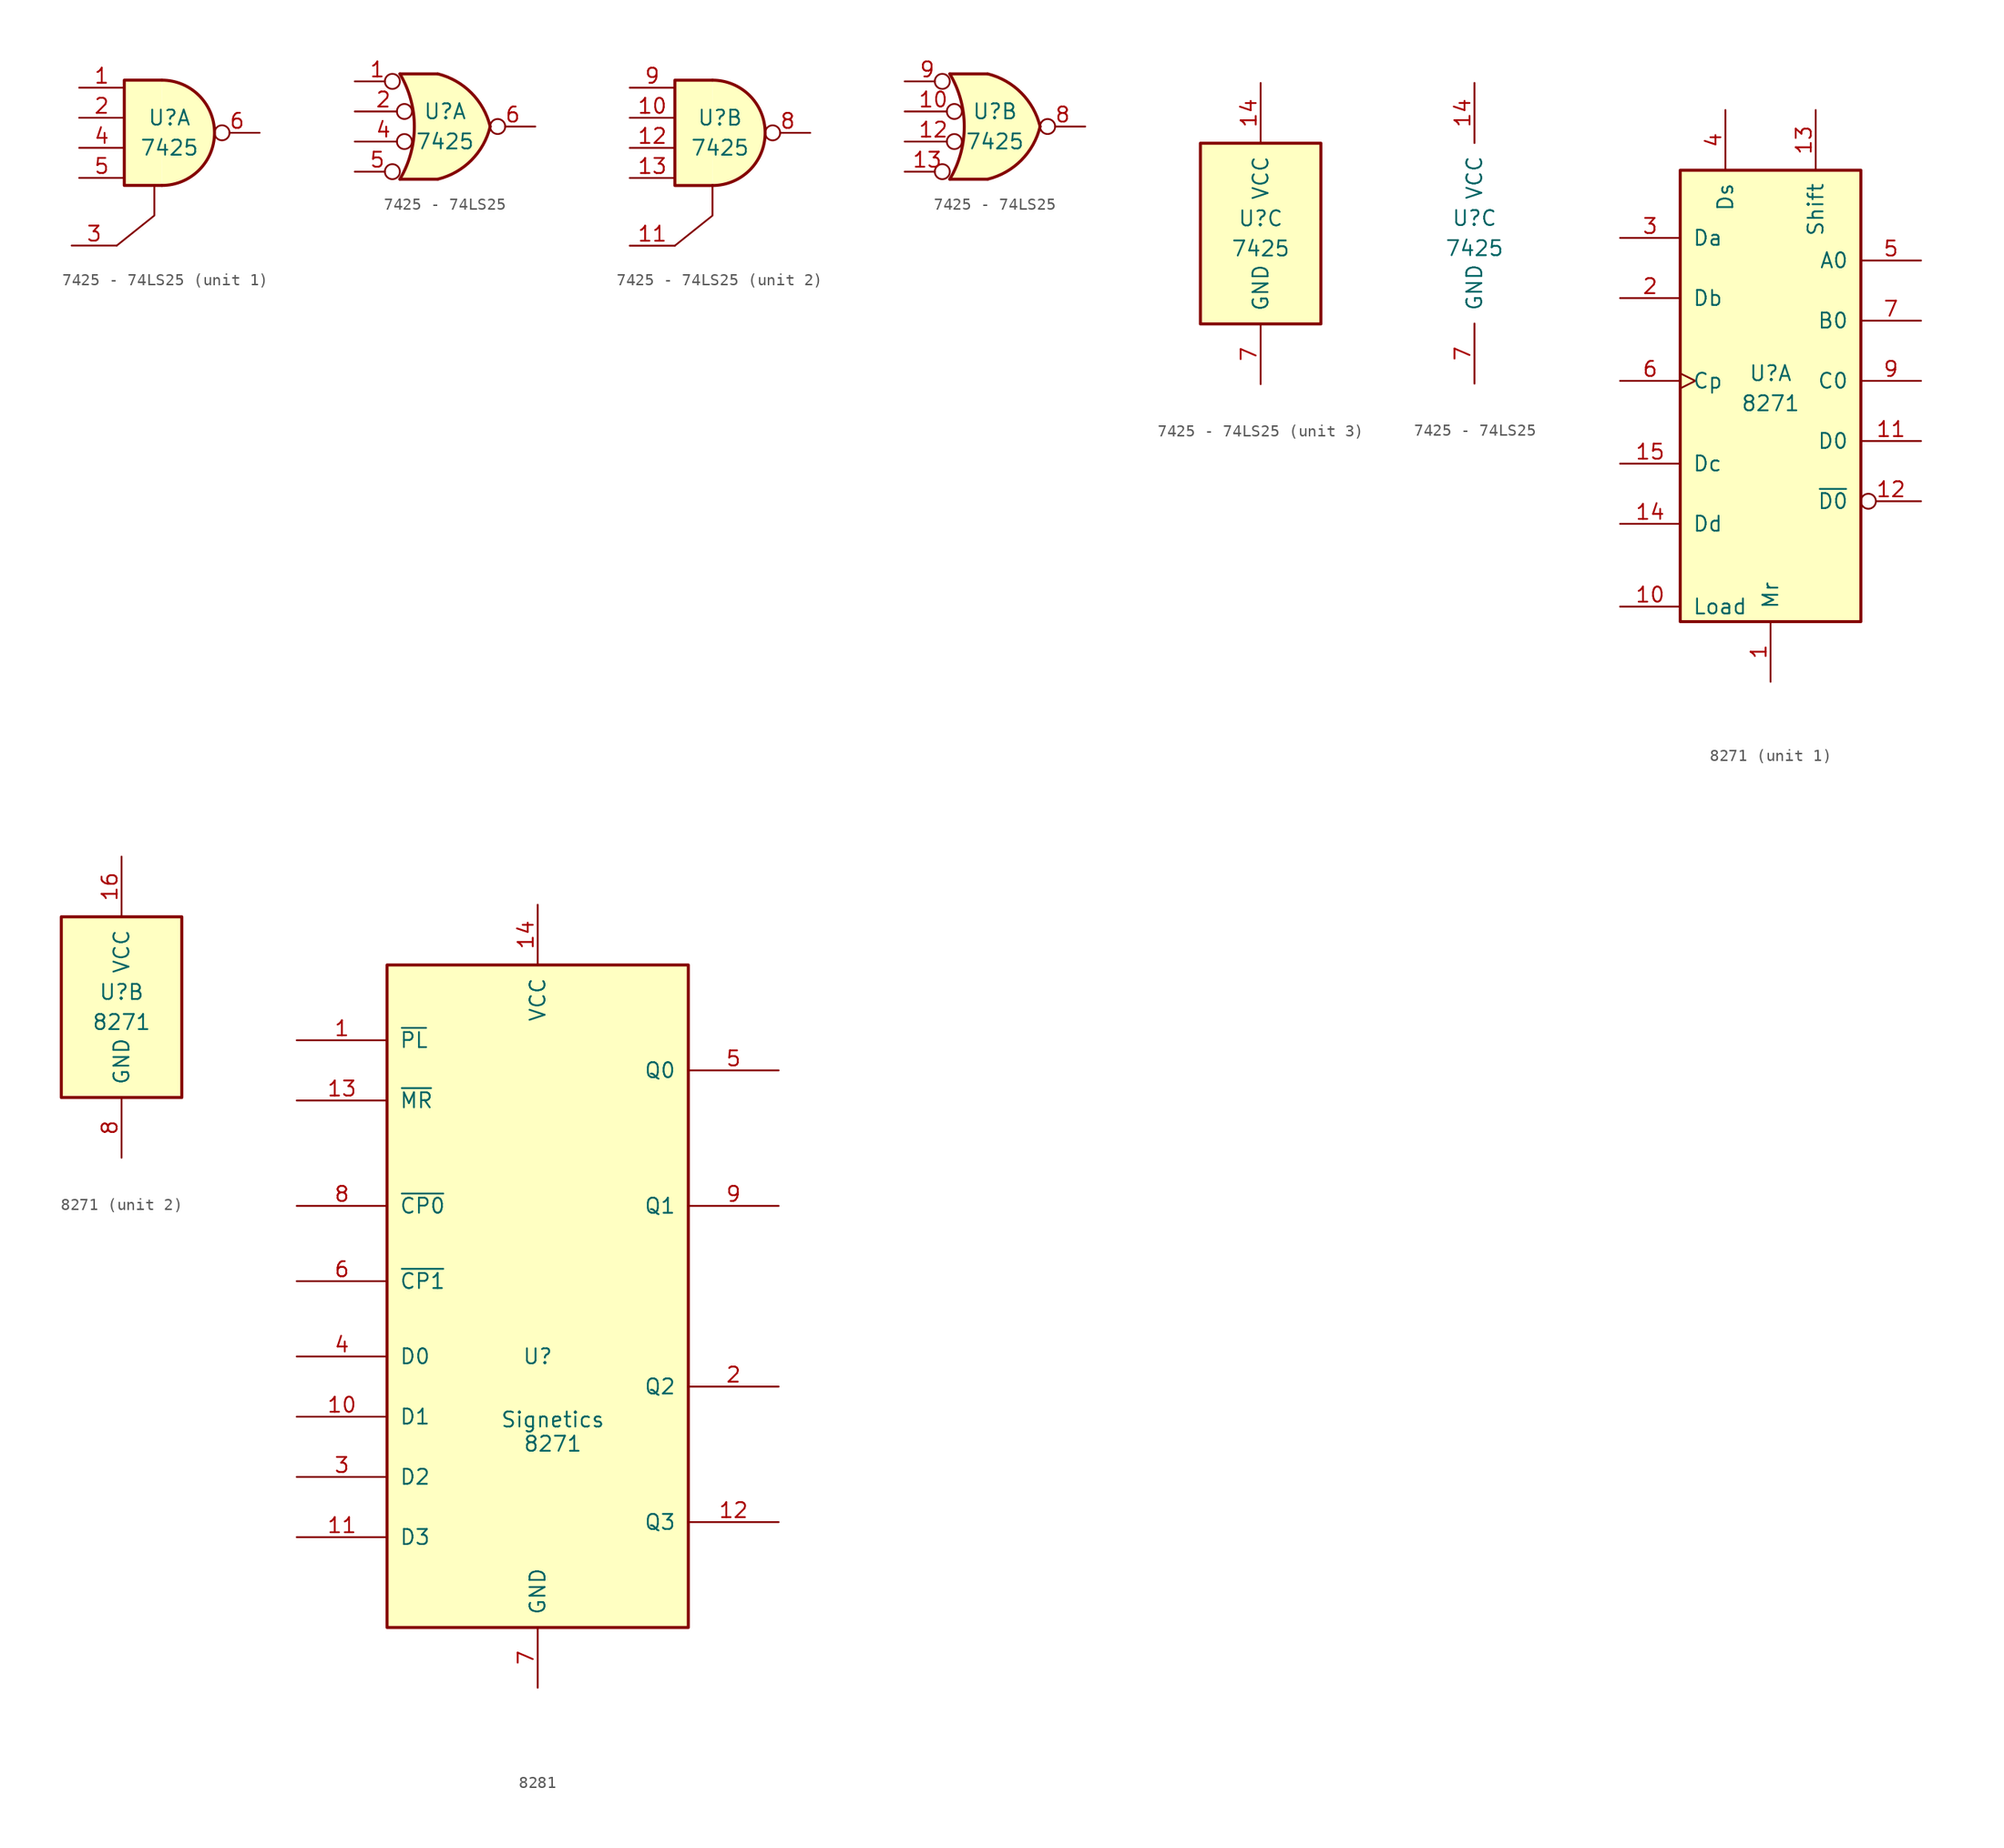
<source format=kicad_sym>
(kicad_symbol_lib
  (version 20220914)
  (generator kicad_symbol_editor)
  (symbol "7425 - 74LS25"
    (pin_names
      (offset 1.016))
    (property "Reference" "U"
      (at 0 1.27 0)
      (effects (font (size 1.27 1.27))))
    (property "Value" "7425"
      (at 0 -1.27 0)
      (effects (font (size 1.27 1.27))))
    (property "ki_locked" ""
      (at 0 0 0)
      (effects (font (size 1.27 1.27))))
    (symbol "7425 - 74LS25_1_1"
      (arc (start -0.635 -4.445) (mid 3.7907 0) (end -0.635 4.445) (stroke (width 0.254) (type default)) (fill (type background)))
      (polyline (pts (xy -4.445 -9.525) (xy -1.27 -6.985) (xy -1.27 -4.445)) (stroke (width 0) (type default)) (fill (type none)))
      (polyline (pts (xy -0.635 4.445) (xy -3.81 4.445) (xy -3.81 -4.445) (xy -0.635 -4.445)) (stroke (width 0.254) (type default)) (fill (type background)))
      (pin input line (at -7.62 3.81 0) (length 3.81) (name "~" (effects (font (size 1.27 1.27)))) (number "1" (effects (font (size 1.27 1.27)))))
      (pin input line (at -7.62 1.27 0) (length 3.81) (name "~" (effects (font (size 1.27 1.27)))) (number "2" (effects (font (size 1.27 1.27)))))
      (pin input line (at -8.255 -9.525 0) (length 3.81) (name "~" (effects (font (size 1.27 1.27)))) (number "3" (effects (font (size 1.27 1.27)))))
      (pin input line (at -7.62 -1.27 0) (length 3.81) (name "~" (effects (font (size 1.27 1.27)))) (number "4" (effects (font (size 1.27 1.27)))))
      (pin input line (at -7.62 -3.81 0) (length 3.81) (name "~" (effects (font (size 1.27 1.27)))) (number "5" (effects (font (size 1.27 1.27)))))
      (pin output inverted (at 7.62 0 180) (length 3.81) (name "~" (effects (font (size 1.27 1.27)))) (number "6" (effects (font (size 1.27 1.27))))))
    (symbol "7425 - 74LS25_1_2"
      (arc (start -3.81 -4.445) (mid -2.5908 0) (end -3.81 4.445) (stroke (width 0.254) (type default)) (fill (type none)))
      (arc (start -0.6096 -4.445) (mid 2.2246 -2.8422) (end 3.81 0) (stroke (width 0.254) (type default)) (fill (type background)))
      (polyline (pts (xy -3.81 -4.445) (xy -0.635 -4.445)) (stroke (width 0.254) (type default)) (fill (type background)))
      (polyline (pts (xy -3.81 4.445) (xy -0.635 4.445)) (stroke (width 0.254) (type default)) (fill (type background)))
      (polyline (pts (xy -0.635 4.445) (xy -3.81 4.445) (xy -3.81 4.445) (xy -3.632 4.089) (xy -3.099 2.921) (xy -2.769 1.676) (xy -2.616 0.432) (xy -2.642 -0.864) (xy -2.87 -2.108) (xy -3.251 -3.327) (xy -3.81 -4.445) (xy -3.81 -4.445) (xy -0.635 -4.445)) (stroke (width -25.4) (type default)) (fill (type background)))
      (arc (start 3.81 0) (mid 2.2204 2.8379) (end -0.6096 4.445) (stroke (width 0.254) (type default)) (fill (type background)))
      (pin input inverted (at -7.62 3.81 0) (length 3.81) (name "~" (effects (font (size 1.27 1.27)))) (number "1" (effects (font (size 1.27 1.27)))))
      (pin input inverted (at -7.62 1.27 0) (length 4.826) (name "~" (effects (font (size 1.27 1.27)))) (number "2" (effects (font (size 1.27 1.27)))))
      (pin input inverted (at -7.62 -1.27 0) (length 4.826) (name "~" (effects (font (size 1.27 1.27)))) (number "4" (effects (font (size 1.27 1.27)))))
      (pin input inverted (at -7.62 -3.81 0) (length 3.81) (name "~" (effects (font (size 1.27 1.27)))) (number "5" (effects (font (size 1.27 1.27)))))
      (pin output inverted (at 7.62 0 180) (length 3.81) (name "~" (effects (font (size 1.27 1.27)))) (number "6" (effects (font (size 1.27 1.27))))))
    (symbol "7425 - 74LS25_2_1"
      (arc (start -0.635 -4.445) (mid 3.7907 0) (end -0.635 4.445) (stroke (width 0.254) (type default)) (fill (type background)))
      (polyline (pts (xy -3.81 -9.525) (xy -0.635 -6.985) (xy -0.635 -4.445)) (stroke (width 0) (type default)) (fill (type none)))
      (polyline (pts (xy -0.635 4.445) (xy -3.81 4.445) (xy -3.81 -4.445) (xy -0.635 -4.445)) (stroke (width 0.254) (type default)) (fill (type background)))
      (pin input line (at -7.62 1.27 0) (length 3.81) (name "~" (effects (font (size 1.27 1.27)))) (number "10" (effects (font (size 1.27 1.27)))))
      (pin input line (at -7.62 -9.525 0) (length 3.81) (name "~" (effects (font (size 1.27 1.27)))) (number "11" (effects (font (size 1.27 1.27)))))
      (pin input line (at -7.62 -1.27 0) (length 3.81) (name "~" (effects (font (size 1.27 1.27)))) (number "12" (effects (font (size 1.27 1.27)))))
      (pin input line (at -7.62 -3.81 0) (length 3.81) (name "~" (effects (font (size 1.27 1.27)))) (number "13" (effects (font (size 1.27 1.27)))))
      (pin output inverted (at 7.62 0 180) (length 3.81) (name "~" (effects (font (size 1.27 1.27)))) (number "8" (effects (font (size 1.27 1.27)))))
      (pin input line (at -7.62 3.81 0) (length 3.81) (name "~" (effects (font (size 1.27 1.27)))) (number "9" (effects (font (size 1.27 1.27))))))
    (symbol "7425 - 74LS25_2_2"
      (arc (start -3.81 -4.445) (mid -2.5908 0) (end -3.81 4.445) (stroke (width 0.254) (type default)) (fill (type none)))
      (arc (start -0.6096 -4.445) (mid 2.2246 -2.8422) (end 3.81 0) (stroke (width 0.254) (type default)) (fill (type background)))
      (polyline (pts (xy -3.81 -4.445) (xy -0.635 -4.445)) (stroke (width 0.254) (type default)) (fill (type background)))
      (polyline (pts (xy -3.81 4.445) (xy -0.635 4.445)) (stroke (width 0.254) (type default)) (fill (type background)))
      (polyline (pts (xy -0.635 4.445) (xy -3.81 4.445) (xy -3.81 4.445) (xy -3.632 4.089) (xy -3.099 2.921) (xy -2.769 1.676) (xy -2.616 0.432) (xy -2.642 -0.864) (xy -2.87 -2.108) (xy -3.251 -3.327) (xy -3.81 -4.445) (xy -3.81 -4.445) (xy -0.635 -4.445)) (stroke (width -25.4) (type default)) (fill (type background)))
      (arc (start 3.81 0) (mid 2.2204 2.8379) (end -0.6096 4.445) (stroke (width 0.254) (type default)) (fill (type background)))
      (pin input inverted (at -7.62 1.27 0) (length 4.826) (name "~" (effects (font (size 1.27 1.27)))) (number "10" (effects (font (size 1.27 1.27)))))
      (pin input inverted (at -7.62 -1.27 0) (length 4.826) (name "~" (effects (font (size 1.27 1.27)))) (number "12" (effects (font (size 1.27 1.27)))))
      (pin input inverted (at -7.62 -3.81 0) (length 3.81) (name "~" (effects (font (size 1.27 1.27)))) (number "13" (effects (font (size 1.27 1.27)))))
      (pin output inverted (at 7.62 0 180) (length 3.81) (name "~" (effects (font (size 1.27 1.27)))) (number "8" (effects (font (size 1.27 1.27)))))
      (pin input inverted (at -7.62 3.81 0) (length 3.81) (name "~" (effects (font (size 1.27 1.27)))) (number "9" (effects (font (size 1.27 1.27))))))
    (symbol "7425 - 74LS25_3_0"
      (pin power_in line (at 0 12.7 270) (length 5.08) (name "VCC" (effects (font (size 1.27 1.27)))) (number "14" (effects (font (size 1.27 1.27)))))
      (pin power_in line (at 0 -12.7 90) (length 5.08) (name "GND" (effects (font (size 1.27 1.27)))) (number "7" (effects (font (size 1.27 1.27))))))
    (symbol "7425 - 74LS25_3_1"
      (rectangle (start -5.08 7.62) (end 5.08 -7.62) (stroke (width 0.254) (type default)) (fill (type background)))))
  (symbol "8271"
    (pin_names
      (offset 1.016))
    (property "Reference" "U"
      (at 0 0.635 0)
      (effects (font (size 1.27 1.27))))
    (property "Value" "8271"
      (at 0 -1.905 0)
      (effects (font (size 1.27 1.27))))
    (property "ki_locked" ""
      (at 0 0 0)
      (effects (font (size 1.27 1.27))))
    (symbol "8271_1_0"
      (pin input line (at 0 -25.4 90) (length 5.08) (name "Mr" (effects (font (size 1.27 1.27)))) (number "1" (effects (font (size 1.27 1.27)))))
      (pin input line (at -12.7 -19.05 0) (length 5.08) (name "Load" (effects (font (size 1.27 1.27)))) (number "10" (effects (font (size 1.27 1.27)))))
      (pin output line (at 12.7 -5.08 180) (length 5.08) (name "D0" (effects (font (size 1.27 1.27)))) (number "11" (effects (font (size 1.27 1.27)))))
      (pin output inverted (at 12.7 -10.16 180) (length 5.08) (name "~{D0}" (effects (font (size 1.27 1.27)))) (number "12" (effects (font (size 1.27 1.27)))))
      (pin input line (at 3.81 22.86 270) (length 5.08) (name "Shift" (effects (font (size 1.27 1.27)))) (number "13" (effects (font (size 1.27 1.27)))))
      (pin input line (at -12.7 -12.065 0) (length 5.08) (name "Dd" (effects (font (size 1.27 1.27)))) (number "14" (effects (font (size 1.27 1.27)))))
      (pin input line (at -12.7 -6.985 0) (length 5.08) (name "Dc" (effects (font (size 1.27 1.27)))) (number "15" (effects (font (size 1.27 1.27)))))
      (pin input line (at -12.7 6.985 0) (length 5.08) (name "Db" (effects (font (size 1.27 1.27)))) (number "2" (effects (font (size 1.27 1.27)))))
      (pin input line (at -12.7 12.065 0) (length 5.08) (name "Da" (effects (font (size 1.27 1.27)))) (number "3" (effects (font (size 1.27 1.27)))))
      (pin input line (at -3.81 22.86 270) (length 5.08) (name "Ds" (effects (font (size 1.27 1.27)))) (number "4" (effects (font (size 1.27 1.27)))))
      (pin output line (at 12.7 10.16 180) (length 5.08) (name "A0" (effects (font (size 1.27 1.27)))) (number "5" (effects (font (size 1.27 1.27)))))
      (pin input clock (at -12.7 0 0) (length 5.08) (name "Cp" (effects (font (size 1.27 1.27)))) (number "6" (effects (font (size 1.27 1.27)))))
      (pin output line (at 12.7 5.08 180) (length 5.08) (name "B0" (effects (font (size 1.27 1.27)))) (number "7" (effects (font (size 1.27 1.27)))))
      (pin output line (at 12.7 0 180) (length 5.08) (name "C0" (effects (font (size 1.27 1.27)))) (number "9" (effects (font (size 1.27 1.27))))))
    (symbol "8271_1_1"
      (rectangle (start -7.62 17.78) (end 7.62 -20.32) (stroke (width 0.254) (type default)) (fill (type background))))
    (symbol "8271_2_0"
      (pin power_in line (at 0 12.065 270) (length 5.08) (name "VCC" (effects (font (size 1.27 1.27)))) (number "16" (effects (font (size 1.27 1.27)))))
      (pin power_in line (at 0 -13.335 90) (length 5.08) (name "GND" (effects (font (size 1.27 1.27)))) (number "8" (effects (font (size 1.27 1.27))))))
    (symbol "8271_2_1"
      (rectangle (start -5.08 6.985) (end 5.08 -8.255) (stroke (width 0.254) (type default)) (fill (type background)))))
  (symbol "8281"
    (pin_names
      (offset 1.016))
    (property "Reference" "U"
      (at 0 -5.08 0)
      (effects (font (size 1.27 1.27))))
    (property "Value" "Signetics\n8271"
      (at 1.27 -11.43 0)
      (effects (font (size 1.27 1.27))))
    (symbol "8281_0_1"
      (rectangle (start -12.7 27.94) (end 12.7 -27.94) (stroke (width 0.254) (type default)) (fill (type background)))
      (pin power_in line (at 0 33.02 270) (length 5.08) (name "VCC" (effects (font (size 1.27 1.27)))) (number "14" (effects (font (size 1.27 1.27)))))
      (pin power_in line (at 0 -33.02 90) (length 5.08) (name "GND" (effects (font (size 1.27 1.27)))) (number "7" (effects (font (size 1.27 1.27))))))
    (symbol "8281_1_1"
      (pin input line (at -20.32 21.59 0) (length 7.62) (name "~{PL}" (effects (font (size 1.27 1.27)))) (number "1" (effects (font (size 1.27 1.27)))))
      (pin input line (at -20.32 -10.16 0) (length 7.62) (name "D1" (effects (font (size 1.27 1.27)))) (number "10" (effects (font (size 1.27 1.27)))))
      (pin input line (at -20.32 -20.32 0) (length 7.62) (name "D3" (effects (font (size 1.27 1.27)))) (number "11" (effects (font (size 1.27 1.27)))))
      (pin output line (at 20.32 -19.05 180) (length 7.62) (name "Q3" (effects (font (size 1.27 1.27)))) (number "12" (effects (font (size 1.27 1.27)))))
      (pin input line (at -20.32 16.51 0) (length 7.62) (name "~{MR}" (effects (font (size 1.27 1.27)))) (number "13" (effects (font (size 1.27 1.27)))))
      (pin output line (at 20.32 -7.62 180) (length 7.62) (name "Q2" (effects (font (size 1.27 1.27)))) (number "2" (effects (font (size 1.27 1.27)))))
      (pin input line (at -20.32 -15.24 0) (length 7.62) (name "D2" (effects (font (size 1.27 1.27)))) (number "3" (effects (font (size 1.27 1.27)))))
      (pin input line (at -20.32 -5.08 0) (length 7.62) (name "D0" (effects (font (size 1.27 1.27)))) (number "4" (effects (font (size 1.27 1.27)))))
      (pin output line (at 20.32 19.05 180) (length 7.62) (name "Q0" (effects (font (size 1.27 1.27)))) (number "5" (effects (font (size 1.27 1.27)))))
      (pin input line (at -20.32 1.27 0) (length 7.62) (name "~{CP1}" (effects (font (size 1.27 1.27)))) (number "6" (effects (font (size 1.27 1.27)))))
      (pin input line (at -20.32 7.62 0) (length 7.62) (name "~{CP0}" (effects (font (size 1.27 1.27)))) (number "8" (effects (font (size 1.27 1.27)))))
      (pin output line (at 20.32 7.62 180) (length 7.62) (name "Q1" (effects (font (size 1.27 1.27)))) (number "9" (effects (font (size 1.27 1.27))))))))
</source>
